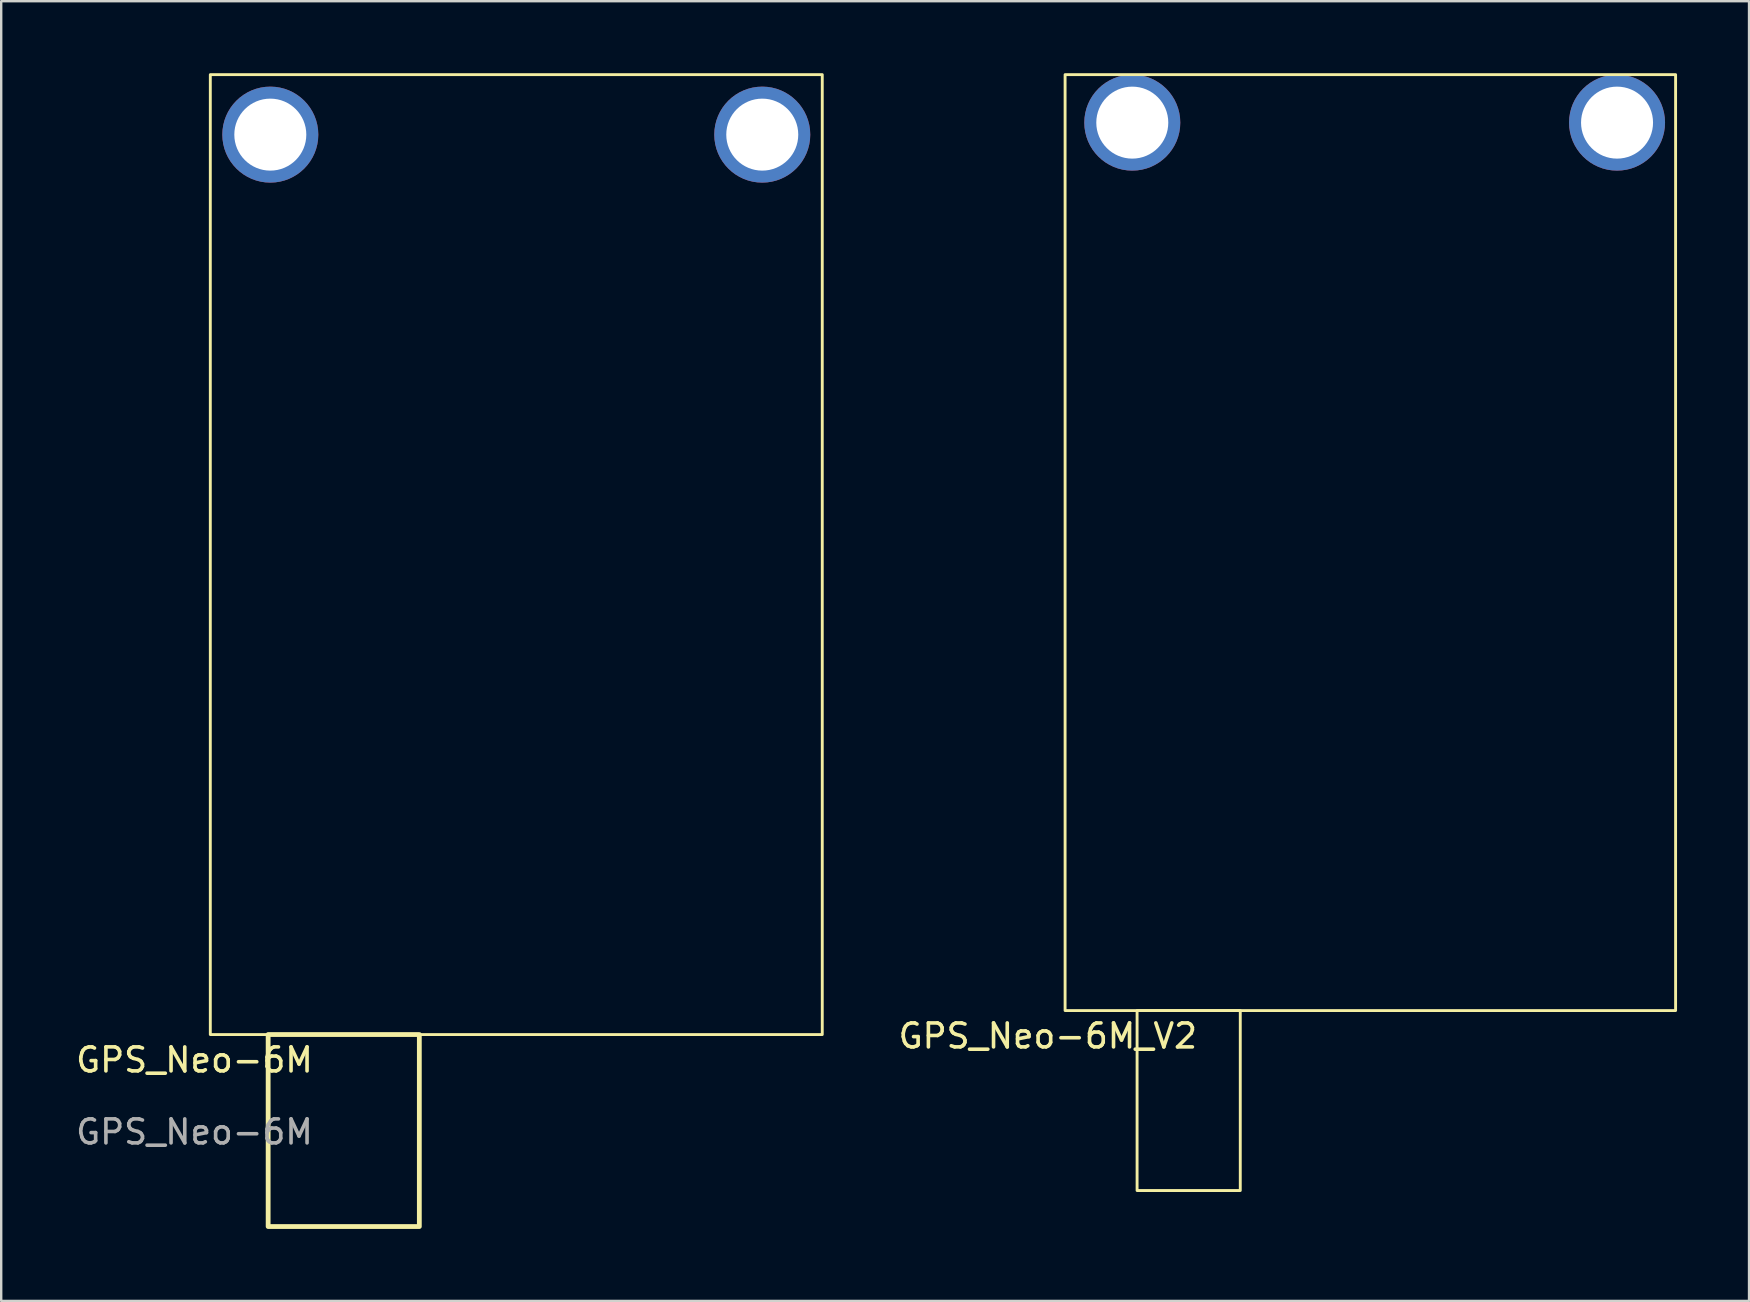
<source format=kicad_pcb>
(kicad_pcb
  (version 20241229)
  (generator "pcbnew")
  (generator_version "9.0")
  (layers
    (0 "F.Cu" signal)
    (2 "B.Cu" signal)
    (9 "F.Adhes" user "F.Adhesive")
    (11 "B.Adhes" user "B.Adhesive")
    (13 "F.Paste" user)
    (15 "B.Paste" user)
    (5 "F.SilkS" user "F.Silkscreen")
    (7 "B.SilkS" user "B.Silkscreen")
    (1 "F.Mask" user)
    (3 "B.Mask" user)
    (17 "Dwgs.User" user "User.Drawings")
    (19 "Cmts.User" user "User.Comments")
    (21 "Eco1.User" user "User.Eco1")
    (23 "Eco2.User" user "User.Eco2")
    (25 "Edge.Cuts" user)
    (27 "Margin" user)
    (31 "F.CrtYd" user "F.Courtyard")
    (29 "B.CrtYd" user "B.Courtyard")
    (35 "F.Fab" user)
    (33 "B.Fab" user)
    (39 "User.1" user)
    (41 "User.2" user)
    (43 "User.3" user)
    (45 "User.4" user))
  (footprint "GPS_Neo-6M"
    (layer "F.Cu")
    (at 5.774 40.06)
    (property "Reference" "GPS_Neo-6M" (at -0.72 1.06 0) (unlocked yes) (layer "F.SilkS") (effects (font (size 1 1) (thickness 0.15))))
    (attr through_hole)
    (fp_rect (start 2.35 8) (end 8.65 0) (stroke (width 0.2) (type default)) (fill no) (layer "F.SilkS"))
    (fp_rect (start 25.44 0) (end -0.06 -40) (stroke (width 0.12) (type default)) (fill no) (layer "F.SilkS"))
    (fp_text user "Rxd" (at 13.94 -35.65 270) (unlocked yes) (layer "F.Paste") (effects (font (size 1.5 1.5) (thickness 0.3) (bold yes)) (justify left bottom)))
    (fp_text user "PPS" (at 16.49 -35.65 270) (unlocked yes) (layer "F.Paste") (effects (font (size 1.5 1.5) (thickness 0.3) (bold yes)) (justify left bottom)))
    (fp_text user "Txd" (at 11.44 -35.7 270) (unlocked yes) (layer "F.Paste") (effects (font (size 1.5 1.5) (thickness 0.3) (bold yes)) (justify left bottom)))
    (fp_text user "Vcc" (at 6.49 -35.65 270) (unlocked yes) (layer "F.Paste") (effects (font (size 1.5 1.5) (thickness 0.3) (bold yes)) (justify left bottom)))
    (fp_text user "Gnd" (at 8.94 -35.65 270) (unlocked yes) (layer "F.Paste") (effects (font (size 1.5 1.5) (thickness 0.3) (bold yes)) (justify left bottom)))
    (fp_text user "${REFERENCE}" (at -0.72 4.06 0) (unlocked yes) (layer "F.Fab") (effects (font (size 1 1) (thickness 0.15))))
    (pad "6" thru_hole circle (at 22.94 -37.5 180) (size 4 4) (drill 3) (layers "*.Cu" "*.Mask"))
    (pad "7" thru_hole circle (at 2.44 -37.5 180) (size 4 4) (drill 3) (layers "*.Cu" "*.Mask")))
  (footprint "GPS_Neo-6M_V2"
    (layer "F.Cu")
    (at 41.333 39.06)
    (property "Reference" "GPS_Neo-6M_V2" (at -0.72 1.06 0) (unlocked yes) (layer "F.SilkS") (effects (font (size 1 1) (thickness 0.15))))
    (attr through_hole)
    (fp_rect (start 3 7.5) (end 7.3 0) (stroke (width 0.12) (type default)) (fill no) (layer "F.SilkS"))
    (fp_rect (start 25.44 0) (end 0 -39) (stroke (width 0.12) (type default)) (fill no) (layer "F.SilkS"))
    (fp_text user "Vcc" (at 6.49 -35.65 270) (unlocked yes) (layer "F.Paste") (effects (font (size 1.5 1.5) (thickness 0.3) (bold yes)) (justify left bottom)))
    (fp_text user "Rxd" (at 13.94 -35.65 270) (unlocked yes) (layer "F.Paste") (effects (font (size 1.5 1.5) (thickness 0.3) (bold yes)) (justify left bottom)))
    (fp_text user "Gnd" (at 8.94 -35.65 270) (unlocked yes) (layer "F.Paste") (effects (font (size 1.5 1.5) (thickness 0.3) (bold yes)) (justify left bottom)))
    (fp_text user "Txd" (at 11.44 -35.7 270) (unlocked yes) (layer "F.Paste") (effects (font (size 1.5 1.5) (thickness 0.3) (bold yes)) (justify left bottom)))
    (fp_text user "PPS" (at 16.49 -35.65 270) (unlocked yes) (layer "F.Paste") (effects (font (size 1.5 1.5) (thickness 0.3) (bold yes)) (justify left bottom)))
    (pad "" thru_hole circle (at 2.8 -37 180) (size 4 4) (drill 3) (layers "*.Cu" "*.Mask"))
    (pad "" thru_hole circle (at 23 -37 180) (size 4 4) (drill 3) (layers "*.Cu" "*.Mask")))
  (gr_rect
    (start -3 -3)
    (end 69.833 51.16)
    (stroke (width 0.1) (type default))
    (fill no)
    (layer "Edge.Cuts")))
</source>
